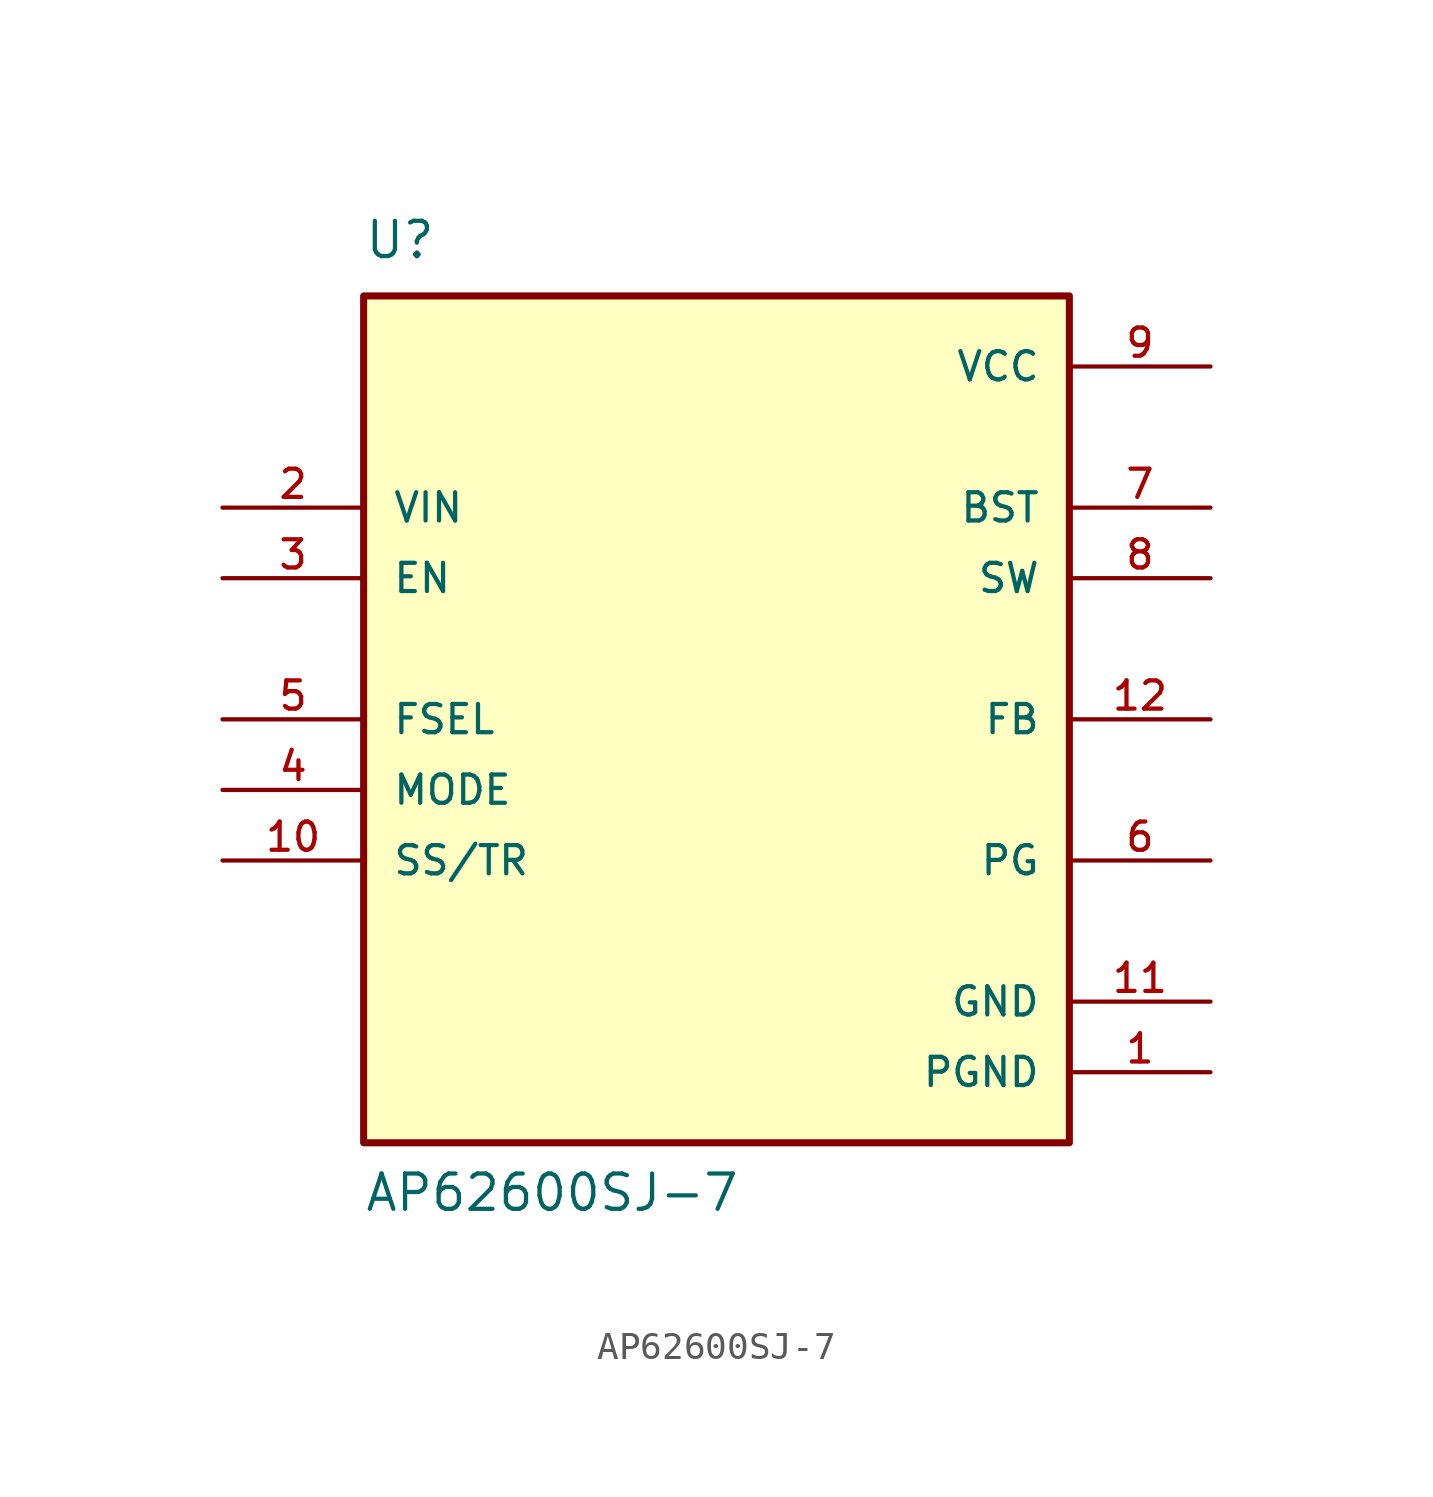
<source format=kicad_sym>
(kicad_symbol_lib
  (version 20211014)
  (generator kicad_symbol_editor)
  (symbol "AP62600SJ-7"
    (pin_names
      (offset 1.016))
    (property "Reference" "U"
      (at -12.7 16.51 0)
      (effects (font (size 1.27 1.27)) (justify bottom left)))
    (property "Value" "AP62600SJ-7"
      (at -12.7 -17.78 0)
      (effects (font (size 1.27 1.27)) (justify bottom left)))
    (symbol "AP62600SJ-7_0_0"
      (rectangle (start -12.7 -15.24) (end 12.7 15.24) (stroke (width 0.254)) (fill (type background)))
      (pin input line (at -17.78 5.08 0) (length 5.08) (name "EN" (effects (font (size 1.016 1.016)))) (number "3" (effects (font (size 1.016 1.016)))))
      (pin input line (at -17.78 -2.54 0) (length 5.08) (name "MODE" (effects (font (size 1.016 1.016)))) (number "4" (effects (font (size 1.016 1.016)))))
      (pin power_in line (at 17.78 -12.7 180.0) (length 5.08) (name "PGND" (effects (font (size 1.016 1.016)))) (number "1" (effects (font (size 1.016 1.016)))))
      (pin power_in line (at 17.78 -10.16 180.0) (length 5.08) (name "GND" (effects (font (size 1.016 1.016)))) (number "11" (effects (font (size 1.016 1.016)))))
      (pin input line (at 17.78 0.0 180.0) (length 5.08) (name "FB" (effects (font (size 1.016 1.016)))) (number "12" (effects (font (size 1.016 1.016)))))
      (pin power_in line (at 17.78 12.7 180.0) (length 5.08) (name "VCC" (effects (font (size 1.016 1.016)))) (number "9" (effects (font (size 1.016 1.016)))))
      (pin input line (at -17.78 7.62 0) (length 5.08) (name "VIN" (effects (font (size 1.016 1.016)))) (number "2" (effects (font (size 1.016 1.016)))))
      (pin input line (at -17.78 0.0 0) (length 5.08) (name "FSEL" (effects (font (size 1.016 1.016)))) (number "5" (effects (font (size 1.016 1.016)))))
      (pin output line (at 17.78 -5.08 180.0) (length 5.08) (name "PG" (effects (font (size 1.016 1.016)))) (number "6" (effects (font (size 1.016 1.016)))))
      (pin passive line (at 17.78 7.62 180.0) (length 5.08) (name "BST" (effects (font (size 1.016 1.016)))) (number "7" (effects (font (size 1.016 1.016)))))
      (pin input line (at -17.78 -5.08 0) (length 5.08) (name "SS/TR" (effects (font (size 1.016 1.016)))) (number "10" (effects (font (size 1.016 1.016)))))
      (pin output line (at 17.78 5.08 180.0) (length 5.08) (name "SW" (effects (font (size 1.016 1.016)))) (number "8" (effects (font (size 1.016 1.016))))))))
</source>
